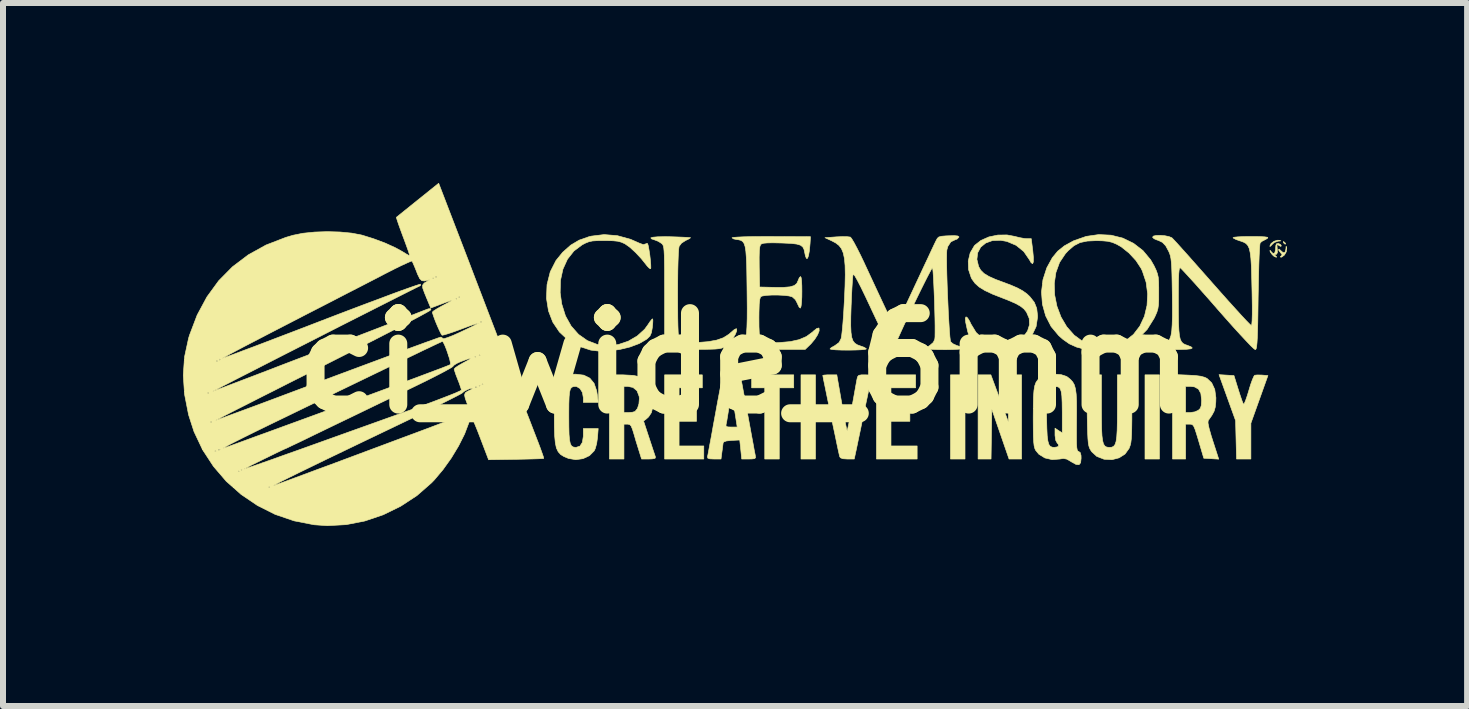
<source format=kicad_pcb>
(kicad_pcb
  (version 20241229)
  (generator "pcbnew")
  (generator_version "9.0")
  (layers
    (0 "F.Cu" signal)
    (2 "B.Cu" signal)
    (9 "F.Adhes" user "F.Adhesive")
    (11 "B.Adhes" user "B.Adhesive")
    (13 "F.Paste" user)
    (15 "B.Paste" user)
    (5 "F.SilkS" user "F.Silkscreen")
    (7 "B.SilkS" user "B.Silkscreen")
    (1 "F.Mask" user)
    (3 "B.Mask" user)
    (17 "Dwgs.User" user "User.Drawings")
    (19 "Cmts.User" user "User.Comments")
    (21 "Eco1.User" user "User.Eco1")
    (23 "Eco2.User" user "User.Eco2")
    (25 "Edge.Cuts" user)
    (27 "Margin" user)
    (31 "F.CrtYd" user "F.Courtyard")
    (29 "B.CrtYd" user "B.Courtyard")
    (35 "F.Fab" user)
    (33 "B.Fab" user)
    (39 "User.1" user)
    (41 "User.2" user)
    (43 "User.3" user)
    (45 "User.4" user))
  (footprint "ci_wide_6mm"
    (layer "F.Cu")
    (at 9.358 3.004)
    (property "Reference" "ci_wide_6mm" (at 0 0 0) (layer "F.SilkS") (effects (font (size 1.524 1.524) (thickness 0.3))))
    (attr through_hole)
    (fp_poly (pts (xy 1.185 1.597) (xy 0.943 1.597) (xy 0.943 0.194) (xy 1.185 0.194) (xy 1.185 1.597)) (stroke (width 0.01) (type solid)) (fill yes) (layer "F.SilkS"))
    (fp_poly (pts (xy 3.677 1.597) (xy 3.435 1.597) (xy 3.435 0.194) (xy 3.677 0.194) (xy 3.677 1.597)) (stroke (width 0.01) (type solid)) (fill yes) (layer "F.SilkS"))
    (fp_poly (pts (xy 6.918 1.597) (xy 6.677 1.597) (xy 6.677 0.194) (xy 6.918 0.194) (xy 6.918 1.597)) (stroke (width 0.01) (type solid)) (fill yes) (layer "F.SilkS"))
    (fp_poly (pts (xy 8.995 -2.022) (xy 9.021 -1.998) (xy 9.016 -1.984) (xy 9.012 -1.984) (xy 8.992 -2.001) (xy 8.984 -2.012) (xy 8.982 -2.028) (xy 8.995 -2.022)) (stroke (width 0.01) (type solid)) (fill yes) (layer "F.SilkS"))
    (fp_poly (pts (xy 0.822 0.411) (xy 0.581 0.411) (xy 0.581 1.597) (xy 0.339 1.597) (xy 0.339 0.411) (xy 0.121 0.411) (xy 0.121 0.194) (xy 0.822 0.194) (xy 0.822 0.411)) (stroke (width 0.01) (type solid)) (fill yes) (layer "F.SilkS"))
    (fp_poly (pts (xy 8.906 -2.049) (xy 8.942 -2.041) (xy 8.932 -2.037) (xy 8.897 -2.035) (xy 8.831 -2.012) (xy 8.795 -1.978) (xy 8.768 -1.948) (xy 8.757 -1.95) (xy 8.778 -1.995) (xy 8.827 -2.032) (xy 8.885 -2.05) (xy 8.906 -2.049)) (stroke (width 0.01) (type solid)) (fill yes) (layer "F.SilkS"))
    (fp_poly (pts (xy -0.702 0.411) (xy -1.089 0.411) (xy -1.089 0.774) (xy -0.798 0.774) (xy -0.798 0.968) (xy -1.089 0.968) (xy -1.089 1.379) (xy -0.677 1.379) (xy -0.677 1.597) (xy -1.33 1.597) (xy -1.33 0.194) (xy -0.702 0.194) (xy -0.702 0.411)) (stroke (width 0.01) (type solid)) (fill yes) (layer "F.SilkS"))
    (fp_poly (pts (xy 2.854 0.411) (xy 2.443 0.411) (xy 2.443 0.774) (xy 2.758 0.774) (xy 2.758 0.968) (xy 2.443 0.968) (xy 2.443 1.379) (xy 2.879 1.379) (xy 2.879 1.597) (xy 2.201 1.597) (xy 2.201 0.194) (xy 2.854 0.194) (xy 2.854 0.411)) (stroke (width 0.01) (type solid)) (fill yes) (layer "F.SilkS"))
    (fp_poly (pts (xy 4.254 0.587) (xy 4.4 0.98) (xy 4.401 0.587) (xy 4.403 0.194) (xy 4.62 0.194) (xy 4.62 1.597) (xy 4.411 1.597) (xy 4.124 0.767) (xy 4.111 1.597) (xy 3.895 1.597) (xy 3.895 0.194) (xy 4.108 0.194) (xy 4.254 0.587)) (stroke (width 0.01) (type solid)) (fill yes) (layer "F.SilkS"))
    (fp_poly (pts (xy 9.034 -1.944) (xy 9.04 -1.915) (xy 9.033 -1.859) (xy 9.002 -1.804) (xy 8.958 -1.77) (xy 8.941 -1.766) (xy 8.932 -1.776) (xy 8.946 -1.787) (xy 8.963 -1.809) (xy 8.94 -1.838) (xy 8.909 -1.876) (xy 8.903 -1.896) (xy 8.915 -1.902) (xy 8.936 -1.881) (xy 8.979 -1.843) (xy 9.011 -1.85) (xy 9.026 -1.902) (xy 9.026 -1.905) (xy 9.029 -1.948) (xy 9.034 -1.944)) (stroke (width 0.01) (type solid)) (fill yes) (layer "F.SilkS"))
    (fp_poly (pts (xy 8.16 0.206) (xy 8.231 0.435) (xy 8.263 0.535) (xy 8.291 0.617) (xy 8.312 0.67) (xy 8.319 0.684) (xy 8.333 0.67) (xy 8.355 0.618) (xy 8.383 0.537) (xy 8.407 0.458) (xy 8.438 0.355) (xy 8.468 0.272) (xy 8.493 0.217) (xy 8.505 0.201) (xy 8.546 0.196) (xy 8.612 0.197) (xy 8.63 0.198) (xy 8.726 0.206) (xy 8.584 0.603) (xy 8.442 1) (xy 8.442 1.597) (xy 8.203 1.597) (xy 8.195 1.276) (xy 8.187 0.956) (xy 8.049 0.573) (xy 7.911 0.191) (xy 8.16 0.206)) (stroke (width 0.01) (type solid)) (fill yes) (layer "F.SilkS"))
    (fp_poly (pts (xy 8.938 -1.977) (xy 8.95 -1.954) (xy 8.936 -1.947) (xy 8.911 -1.962) (xy 8.886 -1.978) (xy 8.877 -1.964) (xy 8.881 -1.911) (xy 8.882 -1.905) (xy 8.884 -1.843) (xy 8.87 -1.817) (xy 8.855 -1.814) (xy 8.83 -1.81) (xy 8.848 -1.794) (xy 8.854 -1.79) (xy 8.872 -1.771) (xy 8.864 -1.766) (xy 8.828 -1.782) (xy 8.797 -1.81) (xy 8.766 -1.853) (xy 8.758 -1.877) (xy 8.768 -1.878) (xy 8.783 -1.856) (xy 8.814 -1.826) (xy 8.84 -1.839) (xy 8.853 -1.891) (xy 8.854 -1.908) (xy 8.858 -1.963) (xy 8.868 -1.99) (xy 8.901 -1.996) (xy 8.938 -1.977)) (stroke (width 0.01) (type solid)) (fill yes) (layer "F.SilkS"))
    (fp_poly (pts (xy 7.384 0.198) (xy 7.514 0.205) (xy 7.606 0.217) (xy 7.672 0.235) (xy 7.711 0.254) (xy 7.789 0.328) (xy 7.84 0.437) (xy 7.859 0.576) (xy 7.857 0.649) (xy 7.848 0.733) (xy 7.829 0.8) (xy 7.792 0.869) (xy 7.731 0.956) (xy 7.73 0.957) (xy 7.727 0.996) (xy 7.744 1.08) (xy 7.78 1.208) (xy 7.807 1.293) (xy 7.906 1.599) (xy 7.657 1.584) (xy 7.573 1.3) (xy 7.537 1.181) (xy 7.511 1.101) (xy 7.49 1.052) (xy 7.47 1.027) (xy 7.446 1.017) (xy 7.421 1.016) (xy 7.354 1.016) (xy 7.354 1.597) (xy 7.136 1.597) (xy 7.136 0.387) (xy 7.354 0.387) (xy 7.354 0.822) (xy 7.433 0.822) (xy 7.507 0.811) (xy 7.566 0.785) (xy 7.599 0.753) (xy 7.615 0.706) (xy 7.62 0.63) (xy 7.62 0.615) (xy 7.608 0.504) (xy 7.568 0.431) (xy 7.5 0.394) (xy 7.439 0.387) (xy 7.354 0.387) (xy 7.136 0.387) (xy 7.136 0.188) (xy 7.384 0.198)) (stroke (width 0.01) (type solid)) (fill yes) (layer "F.SilkS"))
    (fp_poly (pts (xy 5.951 0.745) (xy 5.952 0.941) (xy 5.954 1.094) (xy 5.96 1.21) (xy 5.971 1.292) (xy 5.986 1.348) (xy 6.009 1.381) (xy 6.038 1.398) (xy 6.076 1.403) (xy 6.084 1.403) (xy 6.124 1.4) (xy 6.155 1.385) (xy 6.178 1.355) (xy 6.195 1.304) (xy 6.206 1.227) (xy 6.213 1.118) (xy 6.216 0.972) (xy 6.217 0.783) (xy 6.217 0.745) (xy 6.217 0.194) (xy 6.459 0.194) (xy 6.458 0.756) (xy 6.458 0.939) (xy 6.456 1.081) (xy 6.453 1.188) (xy 6.448 1.268) (xy 6.441 1.326) (xy 6.43 1.371) (xy 6.416 1.409) (xy 6.412 1.42) (xy 6.345 1.513) (xy 6.246 1.577) (xy 6.127 1.608) (xy 5.999 1.601) (xy 5.987 1.598) (xy 5.873 1.553) (xy 5.789 1.476) (xy 5.766 1.441) (xy 5.752 1.413) (xy 5.741 1.378) (xy 5.732 1.329) (xy 5.726 1.26) (xy 5.721 1.165) (xy 5.717 1.037) (xy 5.714 0.87) (xy 5.713 0.78) (xy 5.705 0.194) (xy 5.951 0.194) (xy 5.951 0.745)) (stroke (width 0.01) (type solid)) (fill yes) (layer "F.SilkS"))
    (fp_poly (pts (xy -2.026 0.194) (xy -1.853 0.203) (xy -1.721 0.231) (xy -1.626 0.282) (xy -1.564 0.36) (xy -1.53 0.468) (xy -1.52 0.605) (xy -1.527 0.733) (xy -1.551 0.825) (xy -1.596 0.893) (xy -1.629 0.924) (xy -1.681 0.964) (xy -1.587 1.25) (xy -1.55 1.362) (xy -1.518 1.459) (xy -1.494 1.53) (xy -1.482 1.566) (xy -1.482 1.566) (xy -1.49 1.586) (xy -1.538 1.595) (xy -1.592 1.597) (xy -1.714 1.597) (xy -1.75 1.482) (xy -1.776 1.398) (xy -1.809 1.292) (xy -1.838 1.191) (xy -1.866 1.101) (xy -1.888 1.048) (xy -1.911 1.023) (xy -1.942 1.016) (xy -1.948 1.016) (xy -2.008 1.016) (xy -2.008 1.597) (xy -2.25 1.597) (xy -2.25 0.387) (xy -2.008 0.387) (xy -2.008 0.822) (xy -1.929 0.822) (xy -1.865 0.817) (xy -1.822 0.804) (xy -1.822 0.803) (xy -1.783 0.755) (xy -1.758 0.677) (xy -1.751 0.588) (xy -1.755 0.551) (xy -1.79 0.46) (xy -1.857 0.404) (xy -1.941 0.387) (xy -2.008 0.387) (xy -2.25 0.387) (xy -2.25 0.194) (xy -2.026 0.194)) (stroke (width 0.01) (type solid)) (fill yes) (layer "F.SilkS"))
    (fp_poly (pts (xy 1.622 0.664) (xy 1.647 0.807) (xy 1.67 0.932) (xy 1.69 1.031) (xy 1.704 1.098) (xy 1.712 1.125) (xy 1.713 1.125) (xy 1.72 1.099) (xy 1.736 1.027) (xy 1.758 0.914) (xy 1.786 0.764) (xy 1.82 0.578) (xy 1.859 0.36) (xy 1.875 0.272) (xy 1.886 0.226) (xy 1.907 0.202) (xy 1.952 0.194) (xy 2.011 0.194) (xy 2.082 0.196) (xy 2.116 0.205) (xy 2.122 0.226) (xy 2.119 0.236) (xy 2.111 0.271) (xy 2.094 0.346) (xy 2.071 0.454) (xy 2.043 0.587) (xy 2.011 0.738) (xy 1.996 0.81) (xy 1.962 0.973) (xy 1.93 1.128) (xy 1.901 1.265) (xy 1.878 1.376) (xy 1.862 1.453) (xy 1.858 1.47) (xy 1.831 1.597) (xy 1.715 1.597) (xy 1.64 1.592) (xy 1.6 1.576) (xy 1.587 1.554) (xy 1.58 1.522) (xy 1.564 1.451) (xy 1.542 1.348) (xy 1.516 1.221) (xy 1.485 1.077) (xy 1.453 0.924) (xy 1.421 0.768) (xy 1.39 0.618) (xy 1.362 0.481) (xy 1.338 0.363) (xy 1.319 0.273) (xy 1.309 0.217) (xy 1.306 0.203) (xy 1.328 0.198) (xy 1.383 0.194) (xy 1.423 0.194) (xy 1.54 0.194) (xy 1.622 0.664)) (stroke (width 0.01) (type solid)) (fill yes) (layer "F.SilkS"))
    (fp_poly (pts (xy -2.678 0.199) (xy -2.577 0.249) (xy -2.506 0.335) (xy -2.463 0.459) (xy -2.451 0.533) (xy -2.436 0.653) (xy -2.685 0.653) (xy -2.685 0.574) (xy -2.7 0.488) (xy -2.741 0.422) (xy -2.797 0.389) (xy -2.815 0.387) (xy -2.852 0.39) (xy -2.881 0.403) (xy -2.901 0.431) (xy -2.914 0.482) (xy -2.922 0.561) (xy -2.926 0.674) (xy -2.927 0.827) (xy -2.927 0.886) (xy -2.926 1.058) (xy -2.923 1.187) (xy -2.915 1.279) (xy -2.902 1.341) (xy -2.882 1.379) (xy -2.853 1.397) (xy -2.815 1.403) (xy -2.806 1.403) (xy -2.741 1.382) (xy -2.701 1.32) (xy -2.685 1.219) (xy -2.685 1.208) (xy -2.685 1.089) (xy -2.437 1.089) (xy -2.449 1.242) (xy -2.463 1.34) (xy -2.486 1.423) (xy -2.504 1.461) (xy -2.583 1.541) (xy -2.69 1.591) (xy -2.81 1.608) (xy -2.93 1.588) (xy -2.933 1.587) (xy -3.006 1.557) (xy -3.063 1.522) (xy -3.104 1.476) (xy -3.134 1.413) (xy -3.152 1.326) (xy -3.163 1.21) (xy -3.168 1.056) (xy -3.169 0.89) (xy -3.168 0.726) (xy -3.166 0.604) (xy -3.161 0.514) (xy -3.153 0.449) (xy -3.142 0.402) (xy -3.127 0.365) (xy -3.127 0.365) (xy -3.058 0.267) (xy -2.97 0.208) (xy -2.854 0.184) (xy -2.811 0.183) (xy -2.678 0.199)) (stroke (width 0.01) (type solid)) (fill yes) (layer "F.SilkS"))
    (fp_poly (pts (xy -0.134 0.196) (xy -0.087 0.207) (xy -0.066 0.229) (xy -0.063 0.236) (xy -0.055 0.271) (xy -0.04 0.346) (xy -0.02 0.455) (xy 0.006 0.591) (xy 0.035 0.747) (xy 0.06 0.883) (xy 0.091 1.051) (xy 0.119 1.205) (xy 0.144 1.338) (xy 0.163 1.444) (xy 0.177 1.515) (xy 0.182 1.542) (xy 0.186 1.575) (xy 0.169 1.591) (xy 0.122 1.596) (xy 0.075 1.597) (xy -0.045 1.597) (xy -0.061 1.438) (xy -0.078 1.28) (xy -0.214 1.287) (xy -0.3 1.296) (xy -0.344 1.312) (xy -0.355 1.33) (xy -0.361 1.375) (xy -0.37 1.447) (xy -0.375 1.482) (xy -0.39 1.597) (xy -0.507 1.597) (xy -0.578 1.594) (xy -0.61 1.583) (xy -0.616 1.561) (xy -0.615 1.554) (xy -0.607 1.519) (xy -0.593 1.443) (xy -0.573 1.335) (xy -0.548 1.202) (xy -0.521 1.051) (xy -0.516 1.022) (xy -0.306 1.022) (xy -0.306 1.049) (xy -0.278 1.062) (xy -0.219 1.064) (xy -0.12 1.064) (xy -0.134 0.974) (xy -0.161 0.802) (xy -0.182 0.676) (xy -0.198 0.594) (xy -0.211 0.554) (xy -0.222 0.553) (xy -0.233 0.589) (xy -0.246 0.661) (xy -0.262 0.766) (xy -0.267 0.798) (xy -0.282 0.892) (xy -0.295 0.971) (xy -0.305 1.019) (xy -0.306 1.022) (xy -0.516 1.022) (xy -0.508 0.98) (xy -0.478 0.817) (xy -0.45 0.662) (xy -0.424 0.524) (xy -0.403 0.413) (xy -0.389 0.337) (xy -0.385 0.321) (xy -0.359 0.194) (xy -0.218 0.194) (xy -0.134 0.196)) (stroke (width 0.01) (type solid)) (fill yes) (layer "F.SilkS"))
    (fp_poly (pts (xy 6.112 -2.134) (xy 6.307 -2.085) (xy 6.486 -1.998) (xy 6.643 -1.877) (xy 6.771 -1.723) (xy 6.828 -1.624) (xy 6.862 -1.552) (xy 6.884 -1.492) (xy 6.898 -1.432) (xy 6.904 -1.357) (xy 6.906 -1.254) (xy 6.906 -1.185) (xy 6.906 -1.062) (xy 6.902 -0.974) (xy 6.892 -0.908) (xy 6.875 -0.85) (xy 6.847 -0.786) (xy 6.829 -0.749) (xy 6.713 -0.563) (xy 6.566 -0.414) (xy 6.393 -0.302) (xy 6.199 -0.229) (xy 5.988 -0.199) (xy 5.765 -0.212) (xy 5.685 -0.228) (xy 5.536 -0.269) (xy 5.416 -0.323) (xy 5.308 -0.399) (xy 5.24 -0.459) (xy 5.112 -0.612) (xy 5.021 -0.79) (xy 4.967 -0.984) (xy 4.952 -1.187) (xy 4.969 -1.329) (xy 5.165 -1.329) (xy 5.171 -1.139) (xy 5.209 -0.95) (xy 5.277 -0.77) (xy 5.373 -0.607) (xy 5.496 -0.468) (xy 5.624 -0.374) (xy 5.765 -0.316) (xy 5.928 -0.289) (xy 6.096 -0.293) (xy 6.253 -0.329) (xy 6.348 -0.372) (xy 6.484 -0.479) (xy 6.591 -0.618) (xy 6.668 -0.782) (xy 6.711 -0.963) (xy 6.721 -1.155) (xy 6.696 -1.349) (xy 6.633 -1.537) (xy 6.612 -1.581) (xy 6.526 -1.712) (xy 6.41 -1.837) (xy 6.281 -1.94) (xy 6.205 -1.983) (xy 6.132 -2.014) (xy 6.059 -2.032) (xy 5.969 -2.04) (xy 5.866 -2.043) (xy 5.714 -2.036) (xy 5.595 -2.011) (xy 5.495 -1.96) (xy 5.4 -1.879) (xy 5.35 -1.825) (xy 5.253 -1.68) (xy 5.192 -1.512) (xy 5.165 -1.329) (xy 4.969 -1.329) (xy 4.976 -1.391) (xy 5.04 -1.589) (xy 5.133 -1.759) (xy 5.222 -1.867) (xy 5.333 -1.956) (xy 5.479 -2.036) (xy 5.489 -2.041) (xy 5.697 -2.114) (xy 5.906 -2.144) (xy 6.112 -2.134)) (stroke (width 0.01) (type solid)) (fill yes) (layer "F.SilkS"))
    (fp_poly (pts (xy -2.118 -2.126) (xy -1.897 -2.065) (xy -1.749 -2) (xy -1.686 -1.977) (xy -1.651 -1.987) (xy -1.622 -1.998) (xy -1.613 -1.991) (xy -1.602 -1.955) (xy -1.59 -1.888) (xy -1.577 -1.804) (xy -1.567 -1.716) (xy -1.561 -1.64) (xy -1.56 -1.588) (xy -1.563 -1.575) (xy -1.585 -1.583) (xy -1.621 -1.62) (xy -1.63 -1.632) (xy -1.717 -1.741) (xy -1.814 -1.845) (xy -1.909 -1.932) (xy -1.991 -1.99) (xy -1.995 -1.992) (xy -2.051 -2.017) (xy -2.111 -2.033) (xy -2.19 -2.041) (xy -2.301 -2.044) (xy -2.334 -2.044) (xy -2.449 -2.043) (xy -2.53 -2.038) (xy -2.591 -2.025) (xy -2.647 -2.003) (xy -2.705 -1.973) (xy -2.842 -1.87) (xy -2.95 -1.733) (xy -3.025 -1.568) (xy -3.066 -1.38) (xy -3.071 -1.174) (xy -3.045 -0.987) (xy -2.983 -0.789) (xy -2.888 -0.619) (xy -2.765 -0.48) (xy -2.617 -0.376) (xy -2.45 -0.312) (xy -2.274 -0.29) (xy -2.102 -0.311) (xy -1.935 -0.367) (xy -1.785 -0.455) (xy -1.663 -0.566) (xy -1.613 -0.634) (xy -1.572 -0.695) (xy -1.541 -0.733) (xy -1.529 -0.739) (xy -1.526 -0.711) (xy -1.529 -0.65) (xy -1.535 -0.594) (xy -1.55 -0.509) (xy -1.574 -0.454) (xy -1.618 -0.41) (xy -1.634 -0.397) (xy -1.753 -0.328) (xy -1.905 -0.271) (xy -2.078 -0.229) (xy -2.256 -0.205) (xy -2.427 -0.202) (xy -2.56 -0.218) (xy -2.765 -0.284) (xy -2.94 -0.386) (xy -3.084 -0.521) (xy -3.194 -0.685) (xy -3.266 -0.873) (xy -3.299 -1.082) (xy -3.29 -1.307) (xy -3.289 -1.314) (xy -3.236 -1.524) (xy -3.141 -1.711) (xy -3.03 -1.848) (xy -2.895 -1.968) (xy -2.755 -2.051) (xy -2.59 -2.109) (xy -2.552 -2.118) (xy -2.339 -2.144) (xy -2.118 -2.126)) (stroke (width 0.01) (type solid)) (fill yes) (layer "F.SilkS"))
    (fp_poly (pts (xy -1.234 -2.108) (xy -1.113 -2.104) (xy -1.012 -2.1) (xy -0.938 -2.096) (xy -0.901 -2.093) (xy -0.898 -2.092) (xy -0.913 -2.078) (xy -0.959 -2.055) (xy -0.977 -2.047) (xy -1.049 -2.001) (xy -1.089 -1.947) (xy -1.095 -1.905) (xy -1.101 -1.821) (xy -1.106 -1.699) (xy -1.11 -1.545) (xy -1.112 -1.364) (xy -1.113 -1.163) (xy -1.113 -1.152) (xy -1.112 -0.933) (xy -1.111 -0.757) (xy -1.108 -0.621) (xy -1.104 -0.519) (xy -1.098 -0.448) (xy -1.091 -0.402) (xy -1.081 -0.377) (xy -1.08 -0.376) (xy -1.061 -0.357) (xy -1.032 -0.345) (xy -0.984 -0.34) (xy -0.907 -0.34) (xy -0.791 -0.344) (xy -0.784 -0.345) (xy -0.604 -0.359) (xy -0.462 -0.385) (xy -0.351 -0.424) (xy -0.261 -0.481) (xy -0.224 -0.513) (xy -0.174 -0.556) (xy -0.138 -0.575) (xy -0.13 -0.573) (xy -0.128 -0.54) (xy -0.15 -0.484) (xy -0.19 -0.416) (xy -0.239 -0.35) (xy -0.291 -0.297) (xy -0.316 -0.279) (xy -0.345 -0.263) (xy -0.379 -0.251) (xy -0.423 -0.242) (xy -0.483 -0.236) (xy -0.568 -0.233) (xy -0.683 -0.231) (xy -0.835 -0.23) (xy -0.962 -0.23) (xy -1.121 -0.231) (xy -1.262 -0.233) (xy -1.38 -0.236) (xy -1.466 -0.24) (xy -1.515 -0.245) (xy -1.524 -0.248) (xy -1.504 -0.264) (xy -1.487 -0.266) (xy -1.445 -0.282) (xy -1.394 -0.321) (xy -1.39 -0.325) (xy -1.33 -0.385) (xy -1.33 -1.168) (xy -1.331 -1.384) (xy -1.331 -1.557) (xy -1.333 -1.692) (xy -1.335 -1.794) (xy -1.339 -1.868) (xy -1.344 -1.919) (xy -1.351 -1.953) (xy -1.361 -1.975) (xy -1.373 -1.99) (xy -1.376 -1.993) (xy -1.435 -2.031) (xy -1.491 -2.053) (xy -1.549 -2.073) (xy -1.56 -2.089) (xy -1.525 -2.1) (xy -1.445 -2.107) (xy -1.323 -2.109) (xy -1.234 -2.108)) (stroke (width 0.01) (type solid)) (fill yes) (layer "F.SilkS"))
    (fp_poly (pts (xy 5.28 0.191) (xy 5.369 0.22) (xy 5.387 0.232) (xy 5.435 0.271) (xy 5.472 0.312) (xy 5.5 0.362) (xy 5.518 0.427) (xy 5.53 0.515) (xy 5.536 0.632) (xy 5.537 0.785) (xy 5.536 0.956) (xy 5.535 1.126) (xy 5.535 1.253) (xy 5.536 1.345) (xy 5.54 1.406) (xy 5.547 1.444) (xy 5.556 1.463) (xy 5.569 1.471) (xy 5.571 1.471) (xy 5.598 1.49) (xy 5.611 1.539) (xy 5.612 1.586) (xy 5.604 1.659) (xy 5.577 1.692) (xy 5.527 1.687) (xy 5.45 1.644) (xy 5.436 1.635) (xy 5.371 1.598) (xy 5.314 1.588) (xy 5.259 1.597) (xy 5.129 1.607) (xy 5.008 1.579) (xy 4.908 1.517) (xy 4.853 1.45) (xy 4.84 1.42) (xy 4.829 1.377) (xy 4.822 1.315) (xy 4.817 1.228) (xy 4.815 1.107) (xy 4.814 0.947) (xy 4.814 0.896) (xy 4.815 0.759) (xy 5.035 0.759) (xy 5.037 0.922) (xy 5.041 1.087) (xy 5.047 1.21) (xy 5.058 1.296) (xy 5.074 1.353) (xy 5.097 1.385) (xy 5.13 1.4) (xy 5.166 1.403) (xy 5.215 1.395) (xy 5.236 1.382) (xy 5.231 1.351) (xy 5.213 1.33) (xy 5.188 1.283) (xy 5.177 1.202) (xy 5.177 1.192) (xy 5.177 1.083) (xy 5.237 1.123) (xy 5.298 1.162) (xy 5.298 0.816) (xy 5.296 0.659) (xy 5.291 0.545) (xy 5.279 0.467) (xy 5.26 0.419) (xy 5.23 0.395) (xy 5.189 0.389) (xy 5.164 0.391) (xy 5.119 0.401) (xy 5.085 0.424) (xy 5.061 0.465) (xy 5.046 0.53) (xy 5.038 0.627) (xy 5.035 0.759) (xy 4.815 0.759) (xy 4.815 0.71) (xy 4.818 0.566) (xy 4.826 0.457) (xy 4.839 0.378) (xy 4.86 0.32) (xy 4.888 0.279) (xy 4.927 0.248) (xy 4.966 0.225) (xy 5.06 0.193) (xy 5.171 0.182) (xy 5.28 0.191)) (stroke (width 0.01) (type solid)) (fill yes) (layer "F.SilkS"))
    (fp_poly (pts (xy 4.499 -2.115) (xy 4.588 -2.093) (xy 4.67 -2.078) (xy 4.707 -2.076) (xy 4.781 -2.076) (xy 4.806 -1.879) (xy 4.817 -1.761) (xy 4.816 -1.688) (xy 4.804 -1.659) (xy 4.779 -1.675) (xy 4.753 -1.721) (xy 4.657 -1.861) (xy 4.529 -1.965) (xy 4.375 -2.03) (xy 4.27 -2.049) (xy 4.135 -2.044) (xy 4.023 -2.004) (xy 3.939 -1.935) (xy 3.888 -1.841) (xy 3.875 -1.731) (xy 3.904 -1.611) (xy 3.939 -1.55) (xy 3.993 -1.496) (xy 4.074 -1.447) (xy 4.188 -1.396) (xy 4.288 -1.359) (xy 4.44 -1.302) (xy 4.555 -1.252) (xy 4.642 -1.204) (xy 4.711 -1.154) (xy 4.758 -1.109) (xy 4.832 -1.015) (xy 4.872 -0.915) (xy 4.886 -0.792) (xy 4.886 -0.766) (xy 4.862 -0.611) (xy 4.796 -0.471) (xy 4.692 -0.353) (xy 4.556 -0.264) (xy 4.532 -0.254) (xy 4.424 -0.224) (xy 4.291 -0.208) (xy 4.151 -0.206) (xy 4.026 -0.221) (xy 4.004 -0.226) (xy 3.923 -0.249) (xy 3.855 -0.274) (xy 3.833 -0.284) (xy 3.795 -0.327) (xy 3.757 -0.413) (xy 3.72 -0.535) (xy 3.688 -0.683) (xy 3.682 -0.749) (xy 3.694 -0.773) (xy 3.719 -0.756) (xy 3.754 -0.7) (xy 3.776 -0.653) (xy 3.862 -0.512) (xy 3.979 -0.405) (xy 4.123 -0.335) (xy 4.288 -0.307) (xy 4.309 -0.307) (xy 4.446 -0.324) (xy 4.563 -0.373) (xy 4.656 -0.447) (xy 4.72 -0.538) (xy 4.752 -0.641) (xy 4.747 -0.747) (xy 4.702 -0.851) (xy 4.66 -0.904) (xy 4.602 -0.95) (xy 4.516 -0.998) (xy 4.393 -1.051) (xy 4.306 -1.085) (xy 4.137 -1.151) (xy 4.009 -1.211) (xy 3.913 -1.27) (xy 3.844 -1.332) (xy 3.793 -1.402) (xy 3.78 -1.427) (xy 3.736 -1.56) (xy 3.731 -1.702) (xy 3.763 -1.838) (xy 3.831 -1.955) (xy 3.841 -1.967) (xy 3.943 -2.047) (xy 4.075 -2.105) (xy 4.224 -2.136) (xy 4.377 -2.138) (xy 4.499 -2.115)) (stroke (width 0.01) (type solid)) (fill yes) (layer "F.SilkS"))
    (fp_poly (pts (xy 1.101 -2.109) (xy 1.094 -1.992) (xy 1.083 -1.874) (xy 1.068 -1.792) (xy 1.052 -1.748) (xy 1.034 -1.746) (xy 1.017 -1.788) (xy 1.007 -1.835) (xy 0.994 -1.896) (xy 0.972 -1.939) (xy 0.933 -1.968) (xy 0.87 -1.986) (xy 0.776 -1.997) (xy 0.642 -2.003) (xy 0.606 -2.004) (xy 0.473 -2.007) (xy 0.381 -2.005) (xy 0.321 -2) (xy 0.286 -1.989) (xy 0.27 -1.977) (xy 0.257 -1.942) (xy 0.249 -1.873) (xy 0.246 -1.765) (xy 0.247 -1.613) (xy 0.247 -1.605) (xy 0.254 -1.27) (xy 0.508 -1.264) (xy 0.654 -1.264) (xy 0.76 -1.273) (xy 0.83 -1.294) (xy 0.873 -1.329) (xy 0.895 -1.377) (xy 0.915 -1.425) (xy 0.935 -1.445) (xy 0.946 -1.426) (xy 0.953 -1.371) (xy 0.957 -1.291) (xy 0.958 -1.198) (xy 0.957 -1.102) (xy 0.952 -1.016) (xy 0.945 -0.952) (xy 0.934 -0.92) (xy 0.933 -0.919) (xy 0.914 -0.931) (xy 0.891 -0.977) (xy 0.886 -0.991) (xy 0.85 -1.059) (xy 0.799 -1.105) (xy 0.798 -1.106) (xy 0.744 -1.121) (xy 0.66 -1.131) (xy 0.56 -1.136) (xy 0.458 -1.136) (xy 0.366 -1.131) (xy 0.298 -1.12) (xy 0.271 -1.108) (xy 0.257 -1.069) (xy 0.247 -0.986) (xy 0.243 -0.856) (xy 0.242 -0.763) (xy 0.243 -0.608) (xy 0.248 -0.496) (xy 0.264 -0.42) (xy 0.295 -0.372) (xy 0.346 -0.348) (xy 0.422 -0.34) (xy 0.529 -0.342) (xy 0.578 -0.344) (xy 0.764 -0.36) (xy 0.913 -0.393) (xy 1.034 -0.445) (xy 1.137 -0.521) (xy 1.152 -0.536) (xy 1.206 -0.579) (xy 1.239 -0.587) (xy 1.244 -0.583) (xy 1.246 -0.539) (xy 1.22 -0.474) (xy 1.172 -0.398) (xy 1.11 -0.324) (xy 1.098 -0.312) (xy 1.013 -0.23) (xy 0.434 -0.23) (xy 0.272 -0.23) (xy 0.128 -0.232) (xy 0.008 -0.235) (xy -0.082 -0.238) (xy -0.134 -0.243) (xy -0.145 -0.246) (xy -0.125 -0.264) (xy -0.076 -0.285) (xy -0.074 -0.286) (xy -0.04 -0.302) (xy -0.013 -0.326) (xy 0.008 -0.363) (xy 0.024 -0.419) (xy 0.035 -0.497) (xy 0.042 -0.603) (xy 0.046 -0.742) (xy 0.047 -0.917) (xy 0.045 -1.135) (xy 0.044 -1.22) (xy 0.041 -1.442) (xy 0.038 -1.62) (xy 0.032 -1.759) (xy 0.024 -1.865) (xy 0.012 -1.942) (xy -0.005 -1.994) (xy -0.028 -2.028) (xy -0.058 -2.047) (xy -0.095 -2.057) (xy -0.127 -2.061) (xy -0.18 -2.072) (xy -0.205 -2.089) (xy -0.206 -2.091) (xy -0.182 -2.097) (xy -0.115 -2.102) (xy -0.01 -2.107) (xy 0.13 -2.11) (xy 0.299 -2.111) (xy 0.448 -2.111) (xy 1.101 -2.109)) (stroke (width 0.01) (type solid)) (fill yes) (layer "F.SilkS"))
    (fp_poly (pts (xy 7.007 -2.125) (xy 7.076 -2.111) (xy 7.124 -2.091) (xy 7.13 -2.086) (xy 7.156 -2.059) (xy 7.211 -2) (xy 7.289 -1.913) (xy 7.389 -1.802) (xy 7.505 -1.671) (xy 7.634 -1.525) (xy 7.772 -1.369) (xy 7.8 -1.337) (xy 7.939 -1.18) (xy 8.068 -1.035) (xy 8.184 -0.907) (xy 8.283 -0.798) (xy 8.362 -0.713) (xy 8.418 -0.656) (xy 8.446 -0.63) (xy 8.448 -0.629) (xy 8.457 -0.649) (xy 8.462 -0.709) (xy 8.465 -0.812) (xy 8.465 -0.959) (xy 8.462 -1.152) (xy 8.46 -1.243) (xy 8.455 -1.452) (xy 8.45 -1.618) (xy 8.442 -1.747) (xy 8.43 -1.844) (xy 8.414 -1.914) (xy 8.391 -1.962) (xy 8.361 -1.995) (xy 8.322 -2.017) (xy 8.273 -2.035) (xy 8.259 -2.039) (xy 8.194 -2.062) (xy 8.152 -2.084) (xy 8.145 -2.092) (xy 8.165 -2.1) (xy 8.223 -2.106) (xy 8.306 -2.11) (xy 8.404 -2.112) (xy 8.506 -2.112) (xy 8.6 -2.11) (xy 8.674 -2.106) (xy 8.718 -2.099) (xy 8.725 -2.096) (xy 8.716 -2.079) (xy 8.678 -2.058) (xy 8.624 -2.03) (xy 8.596 -2.003) (xy 8.591 -1.972) (xy 8.586 -1.899) (xy 8.58 -1.788) (xy 8.575 -1.646) (xy 8.571 -1.479) (xy 8.567 -1.291) (xy 8.563 -1.101) (xy 8.56 -0.87) (xy 8.557 -0.682) (xy 8.553 -0.534) (xy 8.549 -0.421) (xy 8.544 -0.339) (xy 8.538 -0.283) (xy 8.532 -0.248) (xy 8.523 -0.23) (xy 8.515 -0.226) (xy 8.491 -0.243) (xy 8.439 -0.292) (xy 8.363 -0.372) (xy 8.265 -0.477) (xy 8.149 -0.604) (xy 8.019 -0.75) (xy 7.886 -0.901) (xy 7.751 -1.056) (xy 7.625 -1.198) (xy 7.513 -1.325) (xy 7.416 -1.431) (xy 7.34 -1.514) (xy 7.288 -1.569) (xy 7.264 -1.591) (xy 7.263 -1.591) (xy 7.253 -1.584) (xy 7.246 -1.553) (xy 7.24 -1.493) (xy 7.236 -1.401) (xy 7.234 -1.27) (xy 7.233 -1.097) (xy 7.233 -1.024) (xy 7.234 -0.825) (xy 7.236 -0.668) (xy 7.242 -0.549) (xy 7.251 -0.46) (xy 7.265 -0.398) (xy 7.286 -0.356) (xy 7.313 -0.328) (xy 7.35 -0.309) (xy 7.378 -0.3) (xy 7.444 -0.274) (xy 7.465 -0.254) (xy 7.441 -0.24) (xy 7.371 -0.232) (xy 7.253 -0.228) (xy 7.185 -0.228) (xy 7.073 -0.23) (xy 6.981 -0.234) (xy 6.918 -0.239) (xy 6.894 -0.245) (xy 6.894 -0.246) (xy 6.914 -0.265) (xy 6.962 -0.296) (xy 6.985 -0.308) (xy 7.029 -0.334) (xy 7.064 -0.364) (xy 7.09 -0.405) (xy 7.11 -0.461) (xy 7.123 -0.539) (xy 7.13 -0.644) (xy 7.134 -0.78) (xy 7.134 -0.955) (xy 7.132 -1.149) (xy 7.129 -1.339) (xy 7.126 -1.486) (xy 7.122 -1.599) (xy 7.116 -1.684) (xy 7.109 -1.746) (xy 7.099 -1.794) (xy 7.086 -1.833) (xy 7.073 -1.863) (xy 7.023 -1.956) (xy 6.968 -2.014) (xy 6.898 -2.048) (xy 6.879 -2.053) (xy 6.828 -2.075) (xy 6.803 -2.1) (xy 6.817 -2.119) (xy 6.864 -2.129) (xy 6.932 -2.131) (xy 7.007 -2.125)) (stroke (width 0.01) (type solid)) (fill yes) (layer "F.SilkS"))
    (fp_poly (pts (xy 3.555 -2.121) (xy 3.575 -2.109) (xy 3.575 -2.1) (xy 3.545 -2.069) (xy 3.518 -2.06) (xy 3.441 -2.023) (xy 3.391 -1.947) (xy 3.374 -1.886) (xy 3.371 -1.835) (xy 3.37 -1.745) (xy 3.371 -1.625) (xy 3.374 -1.482) (xy 3.379 -1.322) (xy 3.385 -1.154) (xy 3.393 -0.984) (xy 3.4 -0.821) (xy 3.409 -0.671) (xy 3.417 -0.542) (xy 3.425 -0.442) (xy 3.433 -0.377) (xy 3.438 -0.358) (xy 3.474 -0.325) (xy 3.537 -0.296) (xy 3.556 -0.29) (xy 3.616 -0.27) (xy 3.65 -0.251) (xy 3.653 -0.246) (xy 3.63 -0.239) (xy 3.568 -0.233) (xy 3.475 -0.228) (xy 3.362 -0.226) (xy 3.338 -0.226) (xy 3.221 -0.227) (xy 3.124 -0.231) (xy 3.056 -0.236) (xy 3.025 -0.243) (xy 3.024 -0.244) (xy 3.043 -0.267) (xy 3.089 -0.295) (xy 3.148 -0.346) (xy 3.173 -0.399) (xy 3.177 -0.438) (xy 3.178 -0.516) (xy 3.178 -0.623) (xy 3.176 -0.752) (xy 3.172 -0.895) (xy 3.168 -1.043) (xy 3.162 -1.188) (xy 3.156 -1.323) (xy 3.15 -1.439) (xy 3.144 -1.527) (xy 3.138 -1.58) (xy 3.134 -1.591) (xy 3.121 -1.573) (xy 3.091 -1.518) (xy 3.046 -1.432) (xy 2.99 -1.321) (xy 2.926 -1.192) (xy 2.857 -1.05) (xy 2.786 -0.902) (xy 2.716 -0.755) (xy 2.651 -0.615) (xy 2.624 -0.556) (xy 2.567 -0.43) (xy 2.524 -0.343) (xy 2.494 -0.288) (xy 2.471 -0.261) (xy 2.452 -0.255) (xy 2.433 -0.265) (xy 2.43 -0.267) (xy 2.412 -0.295) (xy 2.377 -0.361) (xy 2.328 -0.459) (xy 2.267 -0.584) (xy 2.197 -0.729) (xy 2.122 -0.888) (xy 2.113 -0.908) (xy 2.018 -1.11) (xy 1.941 -1.269) (xy 1.882 -1.383) (xy 1.841 -1.455) (xy 1.817 -1.483) (xy 1.812 -1.481) (xy 1.806 -1.445) (xy 1.8 -1.368) (xy 1.793 -1.26) (xy 1.786 -1.128) (xy 1.78 -0.98) (xy 1.779 -0.966) (xy 1.773 -0.774) (xy 1.772 -0.625) (xy 1.777 -0.512) (xy 1.789 -0.43) (xy 1.81 -0.372) (xy 1.841 -0.333) (xy 1.883 -0.306) (xy 1.933 -0.288) (xy 1.994 -0.266) (xy 2.029 -0.244) (xy 2.032 -0.238) (xy 2.009 -0.23) (xy 1.947 -0.224) (xy 1.856 -0.22) (xy 1.743 -0.218) (xy 1.73 -0.218) (xy 1.615 -0.219) (xy 1.52 -0.223) (xy 1.455 -0.229) (xy 1.428 -0.237) (xy 1.427 -0.238) (xy 1.447 -0.259) (xy 1.496 -0.287) (xy 1.506 -0.292) (xy 1.578 -0.345) (xy 1.612 -0.411) (xy 1.621 -0.46) (xy 1.631 -0.548) (xy 1.642 -0.668) (xy 1.653 -0.813) (xy 1.662 -0.973) (xy 1.667 -1.053) (xy 1.677 -1.286) (xy 1.681 -1.475) (xy 1.678 -1.627) (xy 1.667 -1.747) (xy 1.647 -1.839) (xy 1.617 -1.91) (xy 1.576 -1.963) (xy 1.521 -2.005) (xy 1.455 -2.04) (xy 1.343 -2.092) (xy 1.536 -2.106) (xy 1.632 -2.11) (xy 1.712 -2.109) (xy 1.762 -2.103) (xy 1.768 -2.101) (xy 1.789 -2.074) (xy 1.827 -2.011) (xy 1.877 -1.917) (xy 1.936 -1.8) (xy 1.999 -1.668) (xy 2.006 -1.652) (xy 2.122 -1.403) (xy 2.219 -1.194) (xy 2.299 -1.023) (xy 2.364 -0.885) (xy 2.414 -0.779) (xy 2.453 -0.7) (xy 2.48 -0.645) (xy 2.498 -0.611) (xy 2.508 -0.595) (xy 2.512 -0.593) (xy 2.523 -0.616) (xy 2.553 -0.677) (xy 2.598 -0.772) (xy 2.656 -0.895) (xy 2.724 -1.04) (xy 2.8 -1.202) (xy 2.839 -1.286) (xy 2.92 -1.459) (xy 2.995 -1.62) (xy 3.063 -1.764) (xy 3.119 -1.885) (xy 3.162 -1.976) (xy 3.189 -2.032) (xy 3.195 -2.044) (xy 3.216 -2.082) (xy 3.241 -2.104) (xy 3.285 -2.116) (xy 3.358 -2.122) (xy 3.407 -2.124) (xy 3.502 -2.126) (xy 3.555 -2.121)) (stroke (width 0.01) (type solid)) (fill yes) (layer "F.SilkS"))
    (fp_poly (pts (xy -4.764 -2.135) (xy -4.683 -1.925) (xy -4.589 -1.68) (xy -4.486 -1.409) (xy -4.376 -1.123) (xy -4.264 -0.83) (xy -4.153 -0.541) (xy -4.047 -0.266) (xy -3.992 -0.121) (xy -3.902 0.114) (xy -3.814 0.343) (xy -3.73 0.563) (xy -3.652 0.766) (xy -3.582 0.946) (xy -3.523 1.1) (xy -3.477 1.219) (xy -3.446 1.3) (xy -3.444 1.304) (xy -3.404 1.41) (xy -3.372 1.499) (xy -3.351 1.56) (xy -3.345 1.587) (xy -3.345 1.587) (xy -3.37 1.59) (xy -3.437 1.593) (xy -3.536 1.596) (xy -3.661 1.599) (xy -3.803 1.602) (xy -3.808 1.602) (xy -4.264 1.609) (xy -4.4 1.252) (xy -4.447 1.13) (xy -4.489 1.027) (xy -4.522 0.948) (xy -4.544 0.903) (xy -4.55 0.895) (xy -4.565 0.916) (xy -4.586 0.969) (xy -4.595 0.998) (xy -4.664 1.18) (xy -4.764 1.379) (xy -4.886 1.581) (xy -5.024 1.774) (xy -5.168 1.945) (xy -5.214 1.993) (xy -5.459 2.207) (xy -5.731 2.385) (xy -6.022 2.527) (xy -6.327 2.63) (xy -6.639 2.691) (xy -6.952 2.708) (xy -7.172 2.693) (xy -7.505 2.628) (xy -7.822 2.52) (xy -8.118 2.371) (xy -8.391 2.186) (xy -8.523 2.068) (xy -7.934 2.068) (xy -7.922 2.08) (xy -7.91 2.068) (xy -7.922 2.056) (xy -7.934 2.068) (xy -8.523 2.068) (xy -8.556 2.039) (xy -7.851 2.039) (xy -7.85 2.042) (xy -7.819 2.032) (xy -7.747 2.005) (xy -7.638 1.965) (xy -7.495 1.912) (xy -7.322 1.848) (xy -7.124 1.774) (xy -6.903 1.693) (xy -6.665 1.604) (xy -6.413 1.51) (xy -6.314 1.473) (xy -5.99 1.352) (xy -5.709 1.247) (xy -5.467 1.157) (xy -5.261 1.08) (xy -5.09 1.015) (xy -4.949 0.962) (xy -4.835 0.919) (xy -4.747 0.885) (xy -4.68 0.859) (xy -4.632 0.839) (xy -4.601 0.826) (xy -4.582 0.817) (xy -4.573 0.811) (xy -4.572 0.808) (xy -4.58 0.783) (xy -4.601 0.727) (xy -4.62 0.677) (xy -4.653 0.587) (xy -4.665 0.53) (xy -4.653 0.494) (xy -4.617 0.469) (xy -4.595 0.459) (xy -4.548 0.436) (xy -4.531 0.42) (xy -4.532 0.419) (xy -4.561 0.419) (xy -4.611 0.437) (xy -4.665 0.465) (xy -4.702 0.494) (xy -4.703 0.496) (xy -4.729 0.512) (xy -4.795 0.547) (xy -4.897 0.599) (xy -5.03 0.666) (xy -5.19 0.746) (xy -5.374 0.836) (xy -5.578 0.935) (xy -5.797 1.04) (xy -5.939 1.108) (xy -6.319 1.29) (xy -6.658 1.453) (xy -6.956 1.596) (xy -7.211 1.72) (xy -7.425 1.824) (xy -7.595 1.908) (xy -7.724 1.972) (xy -7.809 2.016) (xy -7.851 2.039) (xy -8.556 2.039) (xy -8.637 1.968) (xy -8.779 1.802) (xy -8.442 1.802) (xy -8.43 1.814) (xy -8.418 1.802) (xy -8.43 1.79) (xy -8.442 1.802) (xy -8.779 1.802) (xy -8.8 1.778) (xy -8.394 1.778) (xy -8.382 1.79) (xy -8.37 1.778) (xy -8.382 1.766) (xy -8.34 1.766) (xy -8.314 1.758) (xy -8.248 1.735) (xy -8.145 1.7) (xy -8.012 1.653) (xy -7.852 1.597) (xy -7.672 1.532) (xy -7.474 1.462) (xy -7.373 1.426) (xy -7.122 1.336) (xy -6.846 1.237) (xy -6.556 1.133) (xy -6.265 1.029) (xy -5.986 0.929) (xy -5.731 0.838) (xy -5.57 0.781) (xy -5.378 0.711) (xy -5.201 0.646) (xy -5.044 0.586) (xy -4.912 0.535) (xy -4.81 0.494) (xy -4.744 0.464) (xy -4.717 0.449) (xy -4.717 0.448) (xy -4.726 0.412) (xy -4.732 0.395) (xy -4.491 0.395) (xy -4.488 0.409) (xy -4.475 0.411) (xy -4.455 0.402) (xy -4.459 0.395) (xy -4.488 0.392) (xy -4.491 0.395) (xy -4.732 0.395) (xy -4.739 0.375) (xy -4.427 0.375) (xy -4.415 0.387) (xy -4.403 0.375) (xy -4.415 0.363) (xy -4.427 0.375) (xy -4.739 0.375) (xy -4.747 0.351) (xy -4.378 0.351) (xy -4.366 0.363) (xy -4.354 0.351) (xy -4.366 0.339) (xy -4.378 0.351) (xy -4.747 0.351) (xy -4.748 0.347) (xy -4.778 0.271) (xy -4.809 0.191) (xy -4.83 0.128) (xy -4.838 0.098) (xy -4.818 0.075) (xy -4.765 0.039) (xy -4.69 -0.004) (xy -4.675 -0.012) (xy -4.596 -0.055) (xy -4.561 -0.078) (xy -4.57 -0.082) (xy -4.623 -0.066) (xy -4.72 -0.03) (xy -4.729 -0.027) (xy -4.798 0.005) (xy -4.845 0.036) (xy -4.857 0.052) (xy -4.88 0.07) (xy -4.941 0.105) (xy -5.036 0.157) (xy -5.16 0.221) (xy -5.307 0.295) (xy -5.473 0.376) (xy -5.619 0.447) (xy -5.836 0.551) (xy -6.074 0.665) (xy -6.32 0.784) (xy -6.562 0.901) (xy -6.787 1.009) (xy -6.984 1.104) (xy -7.012 1.118) (xy -7.174 1.196) (xy -7.321 1.268) (xy -7.448 1.329) (xy -7.55 1.377) (xy -7.62 1.411) (xy -7.654 1.426) (xy -7.657 1.427) (xy -7.68 1.437) (xy -7.739 1.465) (xy -7.826 1.507) (xy -7.934 1.56) (xy -8.01 1.597) (xy -8.126 1.654) (xy -8.223 1.702) (xy -8.295 1.74) (xy -8.335 1.761) (xy -8.34 1.766) (xy -8.382 1.766) (xy -8.394 1.778) (xy -8.8 1.778) (xy -8.851 1.718) (xy -9.017 1.464) (xy -8.83 1.464) (xy -8.817 1.476) (xy -8.805 1.464) (xy -8.817 1.451) (xy -8.83 1.464) (xy -9.017 1.464) (xy -9.032 1.441) (xy -9.035 1.435) (xy -8.773 1.435) (xy -8.77 1.45) (xy -8.757 1.451) (xy -8.737 1.443) (xy -8.741 1.435) (xy -8.77 1.432) (xy -8.773 1.435) (xy -9.035 1.435) (xy -9.043 1.417) (xy -8.688 1.417) (xy -8.672 1.414) (xy -8.643 1.404) (xy -8.571 1.378) (xy -8.461 1.338) (xy -8.316 1.285) (xy -8.139 1.22) (xy -7.934 1.146) (xy -7.705 1.062) (xy -7.455 0.971) (xy -7.187 0.873) (xy -6.906 0.77) (xy -6.773 0.721) (xy -6.487 0.616) (xy -6.214 0.516) (xy -5.957 0.421) (xy -5.72 0.333) (xy -5.506 0.254) (xy -5.32 0.184) (xy -5.163 0.125) (xy -5.04 0.079) (xy -4.953 0.045) (xy -4.908 0.026) (xy -4.901 0.023) (xy -4.9 -0.006) (xy -4.913 -0.066) (xy -4.926 -0.109) (xy -4.499 -0.109) (xy -4.487 -0.097) (xy -4.475 -0.109) (xy -4.487 -0.121) (xy -4.499 -0.109) (xy -4.926 -0.109) (xy -4.934 -0.133) (xy -4.427 -0.133) (xy -4.415 -0.121) (xy -4.403 -0.133) (xy -4.415 -0.145) (xy -4.427 -0.133) (xy -4.934 -0.133) (xy -4.937 -0.143) (xy -4.965 -0.225) (xy -4.994 -0.297) (xy -5.019 -0.348) (xy -5.033 -0.363) (xy -5.04 -0.361) (xy -5.056 -0.354) (xy -5.084 -0.341) (xy -5.126 -0.322) (xy -5.185 -0.294) (xy -5.262 -0.257) (xy -5.36 -0.211) (xy -5.481 -0.152) (xy -5.627 -0.082) (xy -5.801 0.002) (xy -6.004 0.1) (xy -6.24 0.214) (xy -6.509 0.344) (xy -6.815 0.492) (xy -7.16 0.659) (xy -7.546 0.846) (xy -7.62 0.882) (xy -7.903 1.019) (xy -8.143 1.136) (xy -8.339 1.233) (xy -8.492 1.31) (xy -8.601 1.366) (xy -8.666 1.402) (xy -8.688 1.417) (xy -9.043 1.417) (xy -9.174 1.141) (xy -9.226 0.98) (xy -8.902 0.98) (xy -8.89 0.992) (xy -8.878 0.98) (xy -8.89 0.968) (xy -8.902 0.98) (xy -9.226 0.98) (xy -9.265 0.859) (xy -9.331 0.522) (xy -9.333 0.496) (xy -8.95 0.496) (xy -8.938 0.508) (xy -8.926 0.496) (xy -8.938 0.484) (xy -8.95 0.496) (xy -9.333 0.496) (xy -9.335 0.472) (xy -8.866 0.472) (xy -8.836 0.461) (xy -8.766 0.434) (xy -8.658 0.393) (xy -8.519 0.34) (xy -8.351 0.276) (xy -8.159 0.203) (xy -7.947 0.122) (xy -7.719 0.034) (xy -7.481 -0.057) (xy -7.235 -0.151) (xy -6.986 -0.247) (xy -6.738 -0.341) (xy -6.496 -0.434) (xy -6.264 -0.523) (xy -6.046 -0.607) (xy -5.846 -0.684) (xy -5.668 -0.752) (xy -5.518 -0.81) (xy -5.398 -0.857) (xy -5.313 -0.89) (xy -5.267 -0.907) (xy -5.232 -0.909) (xy -5.225 -0.892) (xy -5.246 -0.875) (xy -5.309 -0.839) (xy -5.409 -0.784) (xy -5.546 -0.711) (xy -5.717 -0.621) (xy -5.918 -0.517) (xy -6.148 -0.399) (xy -6.405 -0.268) (xy -6.686 -0.126) (xy -6.988 0.027) (xy -7.045 0.056) (xy -7.321 0.194) (xy -7.582 0.325) (xy -7.826 0.449) (xy -8.051 0.562) (xy -8.253 0.665) (xy -8.429 0.754) (xy -8.576 0.829) (xy -8.691 0.888) (xy -8.771 0.929) (xy -8.812 0.952) (xy -8.817 0.955) (xy -8.785 0.944) (xy -8.712 0.917) (xy -8.604 0.877) (xy -8.466 0.826) (xy -8.303 0.766) (xy -8.119 0.698) (xy -7.921 0.624) (xy -7.838 0.593) (xy -7.585 0.498) (xy -7.302 0.392) (xy -7.002 0.28) (xy -6.699 0.167) (xy -6.406 0.058) (xy -6.137 -0.042) (xy -5.995 -0.095) (xy -5.795 -0.169) (xy -5.61 -0.238) (xy -5.443 -0.299) (xy -5.301 -0.351) (xy -5.186 -0.392) (xy -5.106 -0.421) (xy -5.064 -0.434) (xy -5.059 -0.435) (xy -5.03 -0.417) (xy -5.027 -0.41) (xy -5.003 -0.41) (xy -4.943 -0.429) (xy -4.855 -0.463) (xy -4.746 -0.512) (xy -4.723 -0.523) (xy -4.615 -0.574) (xy -4.526 -0.617) (xy -4.463 -0.649) (xy -4.434 -0.666) (xy -4.433 -0.668) (xy -4.457 -0.662) (xy -4.518 -0.643) (xy -4.606 -0.612) (xy -4.713 -0.572) (xy -4.728 -0.566) (xy -4.838 -0.526) (xy -4.933 -0.494) (xy -5.003 -0.473) (xy -5.038 -0.466) (xy -5.039 -0.466) (xy -5.056 -0.49) (xy -5.084 -0.546) (xy -5.118 -0.622) (xy -5.146 -0.689) (xy -4.403 -0.689) (xy -4.391 -0.677) (xy -4.378 -0.689) (xy -4.391 -0.702) (xy -4.403 -0.689) (xy -5.146 -0.689) (xy -5.152 -0.704) (xy -5.18 -0.779) (xy -5.198 -0.834) (xy -5.201 -0.852) (xy -5.181 -0.871) (xy -5.128 -0.905) (xy -5.051 -0.949) (xy -5.013 -0.969) (xy -4.929 -1.014) (xy -4.884 -1.04) (xy -4.879 -1.048) (xy -4.916 -1.037) (xy -4.996 -1.008) (xy -5.075 -0.978) (xy -5.228 -0.92) (xy -5.263 -1.004) (xy -5.293 -1.076) (xy -4.814 -1.076) (xy -4.802 -1.064) (xy -4.79 -1.076) (xy -4.802 -1.089) (xy -4.814 -1.076) (xy -5.293 -1.076) (xy -5.297 -1.088) (xy -5.303 -1.101) (xy -4.766 -1.101) (xy -4.753 -1.089) (xy -4.741 -1.101) (xy -4.753 -1.113) (xy -4.766 -1.101) (xy -5.303 -1.101) (xy -5.333 -1.173) (xy -5.334 -1.176) (xy -5.362 -1.253) (xy -5.364 -1.301) (xy -5.338 -1.335) (xy -5.292 -1.363) (xy -5.254 -1.385) (xy -5.252 -1.391) (xy -5.261 -1.389) (xy -5.329 -1.371) (xy -5.376 -1.375) (xy -5.412 -1.41) (xy -5.414 -1.415) (xy -5.201 -1.415) (xy -5.189 -1.403) (xy -5.177 -1.415) (xy -5.189 -1.427) (xy -5.201 -1.415) (xy -5.414 -1.415) (xy -5.426 -1.439) (xy -5.153 -1.439) (xy -5.14 -1.427) (xy -5.128 -1.439) (xy -5.14 -1.451) (xy -5.153 -1.439) (xy -5.426 -1.439) (xy -5.447 -1.481) (xy -5.465 -1.528) (xy -5.498 -1.61) (xy -5.525 -1.672) (xy -5.54 -1.702) (xy -5.541 -1.703) (xy -5.566 -1.696) (xy -5.626 -1.67) (xy -5.717 -1.628) (xy -5.83 -1.573) (xy -5.959 -1.507) (xy -5.989 -1.492) (xy -6.097 -1.435) (xy -6.243 -1.36) (xy -6.419 -1.269) (xy -6.62 -1.166) (xy -6.838 -1.053) (xy -7.069 -0.934) (xy -7.305 -0.813) (xy -7.541 -0.691) (xy -7.566 -0.678) (xy -7.783 -0.566) (xy -7.986 -0.461) (xy -8.172 -0.364) (xy -8.336 -0.279) (xy -8.474 -0.206) (xy -8.583 -0.148) (xy -8.659 -0.107) (xy -8.698 -0.085) (xy -8.702 -0.082) (xy -8.678 -0.089) (xy -8.614 -0.112) (xy -8.511 -0.15) (xy -8.374 -0.202) (xy -8.205 -0.265) (xy -8.01 -0.339) (xy -7.791 -0.423) (xy -7.552 -0.514) (xy -7.296 -0.612) (xy -7.055 -0.705) (xy -6.787 -0.808) (xy -6.532 -0.905) (xy -6.294 -0.995) (xy -6.076 -1.076) (xy -5.883 -1.149) (xy -5.717 -1.21) (xy -5.582 -1.258) (xy -5.481 -1.293) (xy -5.419 -1.313) (xy -5.399 -1.318) (xy -5.4 -1.294) (xy -5.407 -1.29) (xy -5.436 -1.276) (xy -5.503 -1.243) (xy -5.604 -1.192) (xy -5.735 -1.126) (xy -5.893 -1.046) (xy -6.073 -0.955) (xy -6.272 -0.854) (xy -6.486 -0.746) (xy -6.711 -0.632) (xy -6.942 -0.514) (xy -7.177 -0.394) (xy -7.411 -0.275) (xy -7.641 -0.158) (xy -7.862 -0.045) (xy -8.071 0.062) (xy -8.264 0.161) (xy -8.437 0.249) (xy -8.586 0.326) (xy -8.707 0.388) (xy -8.797 0.435) (xy -8.851 0.463) (xy -8.866 0.472) (xy -9.335 0.472) (xy -9.353 0.201) (xy -9.337 -0.036) (xy -8.805 -0.036) (xy -8.793 -0.024) (xy -8.781 -0.036) (xy -8.793 -0.048) (xy -8.805 -0.036) (xy -9.337 -0.036) (xy -9.335 -0.06) (xy -8.757 -0.06) (xy -8.745 -0.048) (xy -8.733 -0.06) (xy -8.745 -0.073) (xy -8.757 -0.06) (xy -9.335 -0.06) (xy -9.331 -0.11) (xy -9.265 -0.415) (xy -9.25 -0.465) (xy -9.122 -0.802) (xy -8.959 -1.105) (xy -8.763 -1.374) (xy -8.533 -1.607) (xy -8.27 -1.806) (xy -7.974 -1.97) (xy -7.645 -2.097) (xy -7.523 -2.133) (xy -7.359 -2.166) (xy -7.163 -2.186) (xy -6.952 -2.193) (xy -6.74 -2.187) (xy -6.544 -2.168) (xy -6.378 -2.136) (xy -6.374 -2.135) (xy -6.182 -2.075) (xy -5.992 -2.004) (xy -5.82 -1.926) (xy -5.705 -1.863) (xy -5.64 -1.823) (xy -5.593 -1.797) (xy -5.578 -1.79) (xy -5.583 -1.811) (xy -5.602 -1.87) (xy -5.633 -1.957) (xy -5.673 -2.066) (xy -5.689 -2.108) (xy -5.731 -2.222) (xy -5.766 -2.319) (xy -5.79 -2.391) (xy -5.801 -2.428) (xy -5.801 -2.432) (xy -5.781 -2.448) (xy -5.729 -2.49) (xy -5.651 -2.553) (xy -5.554 -2.631) (xy -5.445 -2.719) (xy -5.096 -2.999) (xy -4.764 -2.135)) (stroke (width 0.01) (type solid)) (fill yes) (layer "F.SilkS")))
  (gr_rect
    (start -3 -3)
    (end 21.404 8.718)
    (stroke (width 0.1) (type default))
    (fill no)
    (layer "Edge.Cuts")))
</source>
